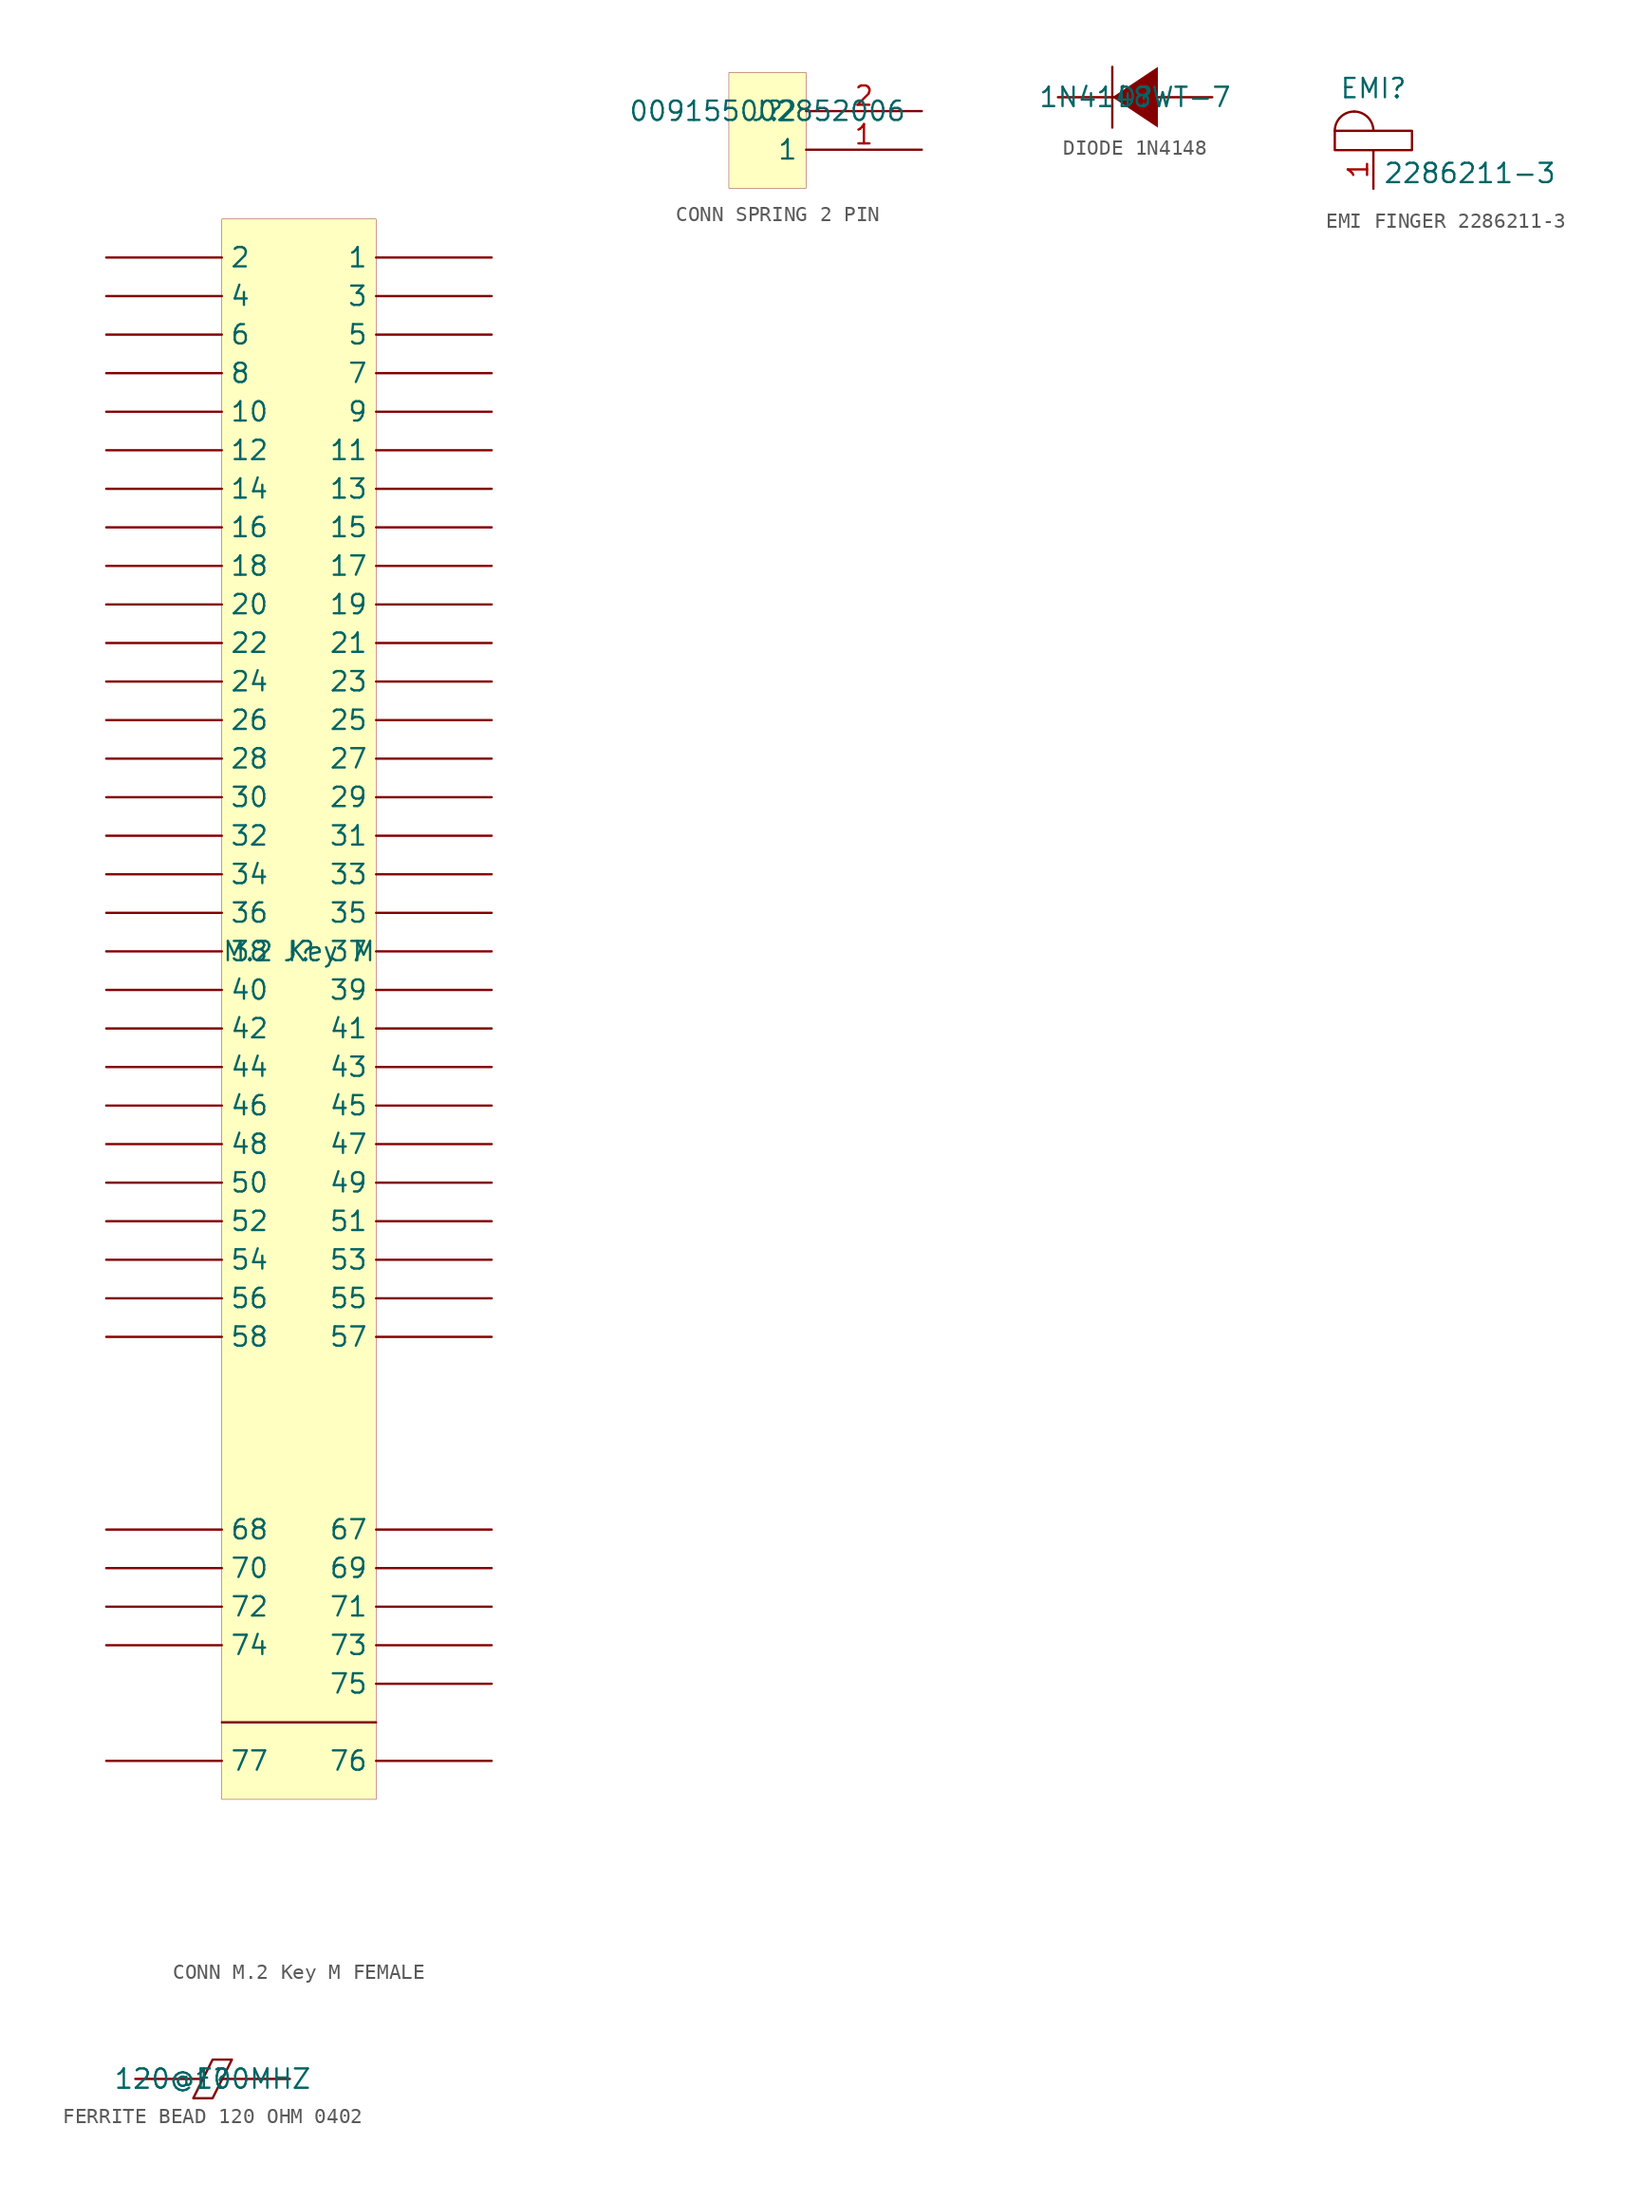
<source format=kicad_sym>
(kicad_symbol_lib
  (version 20241209)
  (generator "kicad_symbol_editor")
  (generator_version "9.0")
  (symbol "CONN M.2 Key M FEMALE"
    (pin_numbers
      (hide yes))
    (property "Reference" "J"
      (at 0 0 0)
      (effects (font (size 1.27 1.27))))
    (property "Value" "M.2 Key M"
      (at 0 0 0)
      (effects (font (size 1.27 1.27))))
    (symbol "CONN M.2 Key M FEMALE_1_0"
      (rectangle (start 5.08 48.26) (end -5.08 -55.88) (stroke (width 0.025) (type solid) (color 128 0 0 1)) (fill (type background)))
      (polyline (pts (xy 5.08 -50.8) (xy -5.08 -50.8)) (stroke (width 0) (type solid)) (fill (type none)))
      (pin passive line (at -12.7 45.72 0) (length 7.62) (name "2" (effects (font (size 1.27 1.27)))) (number "2" (effects (font (size 1.27 1.27)))))
      (pin passive line (at -12.7 43.18 0) (length 7.62) (name "4" (effects (font (size 1.27 1.27)))) (number "4" (effects (font (size 1.27 1.27)))))
      (pin passive line (at -12.7 40.64 0) (length 7.62) (name "6" (effects (font (size 1.27 1.27)))) (number "6" (effects (font (size 1.27 1.27)))))
      (pin passive line (at -12.7 38.1 0) (length 7.62) (name "8" (effects (font (size 1.27 1.27)))) (number "8" (effects (font (size 1.27 1.27)))))
      (pin passive line (at -12.7 35.56 0) (length 7.62) (name "10" (effects (font (size 1.27 1.27)))) (number "10" (effects (font (size 1.27 1.27)))))
      (pin passive line (at -12.7 33.02 0) (length 7.62) (name "12" (effects (font (size 1.27 1.27)))) (number "12" (effects (font (size 1.27 1.27)))))
      (pin passive line (at -12.7 30.48 0) (length 7.62) (name "14" (effects (font (size 1.27 1.27)))) (number "14" (effects (font (size 1.27 1.27)))))
      (pin passive line (at -12.7 27.94 0) (length 7.62) (name "16" (effects (font (size 1.27 1.27)))) (number "16" (effects (font (size 1.27 1.27)))))
      (pin passive line (at -12.7 25.4 0) (length 7.62) (name "18" (effects (font (size 1.27 1.27)))) (number "18" (effects (font (size 1.27 1.27)))))
      (pin passive line (at -12.7 22.86 0) (length 7.62) (name "20" (effects (font (size 1.27 1.27)))) (number "20" (effects (font (size 1.27 1.27)))))
      (pin passive line (at -12.7 20.32 0) (length 7.62) (name "22" (effects (font (size 1.27 1.27)))) (number "22" (effects (font (size 1.27 1.27)))))
      (pin passive line (at -12.7 17.78 0) (length 7.62) (name "24" (effects (font (size 1.27 1.27)))) (number "24" (effects (font (size 1.27 1.27)))))
      (pin passive line (at -12.7 15.24 0) (length 7.62) (name "26" (effects (font (size 1.27 1.27)))) (number "26" (effects (font (size 1.27 1.27)))))
      (pin passive line (at -12.7 12.7 0) (length 7.62) (name "28" (effects (font (size 1.27 1.27)))) (number "28" (effects (font (size 1.27 1.27)))))
      (pin passive line (at -12.7 10.16 0) (length 7.62) (name "30" (effects (font (size 1.27 1.27)))) (number "30" (effects (font (size 1.27 1.27)))))
      (pin passive line (at -12.7 7.62 0) (length 7.62) (name "32" (effects (font (size 1.27 1.27)))) (number "32" (effects (font (size 1.27 1.27)))))
      (pin passive line (at -12.7 5.08 0) (length 7.62) (name "34" (effects (font (size 1.27 1.27)))) (number "34" (effects (font (size 1.27 1.27)))))
      (pin passive line (at -12.7 2.54 0) (length 7.62) (name "36" (effects (font (size 1.27 1.27)))) (number "36" (effects (font (size 1.27 1.27)))))
      (pin passive line (at -12.7 0 0) (length 7.62) (name "38" (effects (font (size 1.27 1.27)))) (number "38" (effects (font (size 1.27 1.27)))))
      (pin passive line (at -12.7 -2.54 0) (length 7.62) (name "40" (effects (font (size 1.27 1.27)))) (number "40" (effects (font (size 1.27 1.27)))))
      (pin passive line (at -12.7 -5.08 0) (length 7.62) (name "42" (effects (font (size 1.27 1.27)))) (number "42" (effects (font (size 1.27 1.27)))))
      (pin passive line (at -12.7 -7.62 0) (length 7.62) (name "44" (effects (font (size 1.27 1.27)))) (number "44" (effects (font (size 1.27 1.27)))))
      (pin passive line (at -12.7 -10.16 0) (length 7.62) (name "46" (effects (font (size 1.27 1.27)))) (number "46" (effects (font (size 1.27 1.27)))))
      (pin passive line (at -12.7 -12.7 0) (length 7.62) (name "48" (effects (font (size 1.27 1.27)))) (number "48" (effects (font (size 1.27 1.27)))))
      (pin passive line (at -12.7 -15.24 0) (length 7.62) (name "50" (effects (font (size 1.27 1.27)))) (number "50" (effects (font (size 1.27 1.27)))))
      (pin passive line (at -12.7 -17.78 0) (length 7.62) (name "52" (effects (font (size 1.27 1.27)))) (number "52" (effects (font (size 1.27 1.27)))))
      (pin passive line (at -12.7 -20.32 0) (length 7.62) (name "54" (effects (font (size 1.27 1.27)))) (number "54" (effects (font (size 1.27 1.27)))))
      (pin passive line (at -12.7 -22.86 0) (length 7.62) (name "56" (effects (font (size 1.27 1.27)))) (number "56" (effects (font (size 1.27 1.27)))))
      (pin passive line (at -12.7 -25.4 0) (length 7.62) (name "58" (effects (font (size 1.27 1.27)))) (number "58" (effects (font (size 1.27 1.27)))))
      (pin passive line (at -12.7 -38.1 0) (length 7.62) (name "68" (effects (font (size 1.27 1.27)))) (number "68" (effects (font (size 1.27 1.27)))))
      (pin passive line (at -12.7 -40.64 0) (length 7.62) (name "70" (effects (font (size 1.27 1.27)))) (number "70" (effects (font (size 1.27 1.27)))))
      (pin passive line (at -12.7 -43.18 0) (length 7.62) (name "72" (effects (font (size 1.27 1.27)))) (number "72" (effects (font (size 1.27 1.27)))))
      (pin passive line (at -12.7 -45.72 0) (length 7.62) (name "74" (effects (font (size 1.27 1.27)))) (number "74" (effects (font (size 1.27 1.27)))))
      (pin passive line (at -12.7 -53.34 0) (length 7.62) (name "77" (effects (font (size 1.27 1.27)))) (number "77" (effects (font (size 1.27 1.27)))))
      (pin passive line (at 12.7 45.72 180) (length 7.62) (name "1" (effects (font (size 1.27 1.27)))) (number "1" (effects (font (size 1.27 1.27)))))
      (pin passive line (at 12.7 43.18 180) (length 7.62) (name "3" (effects (font (size 1.27 1.27)))) (number "3" (effects (font (size 1.27 1.27)))))
      (pin passive line (at 12.7 40.64 180) (length 7.62) (name "5" (effects (font (size 1.27 1.27)))) (number "5" (effects (font (size 1.27 1.27)))))
      (pin passive line (at 12.7 38.1 180) (length 7.62) (name "7" (effects (font (size 1.27 1.27)))) (number "7" (effects (font (size 1.27 1.27)))))
      (pin passive line (at 12.7 35.56 180) (length 7.62) (name "9" (effects (font (size 1.27 1.27)))) (number "9" (effects (font (size 1.27 1.27)))))
      (pin passive line (at 12.7 33.02 180) (length 7.62) (name "11" (effects (font (size 1.27 1.27)))) (number "11" (effects (font (size 1.27 1.27)))))
      (pin passive line (at 12.7 30.48 180) (length 7.62) (name "13" (effects (font (size 1.27 1.27)))) (number "13" (effects (font (size 1.27 1.27)))))
      (pin passive line (at 12.7 27.94 180) (length 7.62) (name "15" (effects (font (size 1.27 1.27)))) (number "15" (effects (font (size 1.27 1.27)))))
      (pin passive line (at 12.7 25.4 180) (length 7.62) (name "17" (effects (font (size 1.27 1.27)))) (number "17" (effects (font (size 1.27 1.27)))))
      (pin passive line (at 12.7 22.86 180) (length 7.62) (name "19" (effects (font (size 1.27 1.27)))) (number "19" (effects (font (size 1.27 1.27)))))
      (pin passive line (at 12.7 20.32 180) (length 7.62) (name "21" (effects (font (size 1.27 1.27)))) (number "21" (effects (font (size 1.27 1.27)))))
      (pin passive line (at 12.7 17.78 180) (length 7.62) (name "23" (effects (font (size 1.27 1.27)))) (number "23" (effects (font (size 1.27 1.27)))))
      (pin passive line (at 12.7 15.24 180) (length 7.62) (name "25" (effects (font (size 1.27 1.27)))) (number "25" (effects (font (size 1.27 1.27)))))
      (pin passive line (at 12.7 12.7 180) (length 7.62) (name "27" (effects (font (size 1.27 1.27)))) (number "27" (effects (font (size 1.27 1.27)))))
      (pin passive line (at 12.7 10.16 180) (length 7.62) (name "29" (effects (font (size 1.27 1.27)))) (number "29" (effects (font (size 1.27 1.27)))))
      (pin passive line (at 12.7 7.62 180) (length 7.62) (name "31" (effects (font (size 1.27 1.27)))) (number "31" (effects (font (size 1.27 1.27)))))
      (pin passive line (at 12.7 5.08 180) (length 7.62) (name "33" (effects (font (size 1.27 1.27)))) (number "33" (effects (font (size 1.27 1.27)))))
      (pin passive line (at 12.7 2.54 180) (length 7.62) (name "35" (effects (font (size 1.27 1.27)))) (number "35" (effects (font (size 1.27 1.27)))))
      (pin passive line (at 12.7 0 180) (length 7.62) (name "37" (effects (font (size 1.27 1.27)))) (number "37" (effects (font (size 1.27 1.27)))))
      (pin passive line (at 12.7 -2.54 180) (length 7.62) (name "39" (effects (font (size 1.27 1.27)))) (number "39" (effects (font (size 1.27 1.27)))))
      (pin passive line (at 12.7 -5.08 180) (length 7.62) (name "41" (effects (font (size 1.27 1.27)))) (number "41" (effects (font (size 1.27 1.27)))))
      (pin passive line (at 12.7 -7.62 180) (length 7.62) (name "43" (effects (font (size 1.27 1.27)))) (number "43" (effects (font (size 1.27 1.27)))))
      (pin passive line (at 12.7 -10.16 180) (length 7.62) (name "45" (effects (font (size 1.27 1.27)))) (number "45" (effects (font (size 1.27 1.27)))))
      (pin passive line (at 12.7 -12.7 180) (length 7.62) (name "47" (effects (font (size 1.27 1.27)))) (number "47" (effects (font (size 1.27 1.27)))))
      (pin passive line (at 12.7 -15.24 180) (length 7.62) (name "49" (effects (font (size 1.27 1.27)))) (number "49" (effects (font (size 1.27 1.27)))))
      (pin passive line (at 12.7 -17.78 180) (length 7.62) (name "51" (effects (font (size 1.27 1.27)))) (number "51" (effects (font (size 1.27 1.27)))))
      (pin passive line (at 12.7 -20.32 180) (length 7.62) (name "53" (effects (font (size 1.27 1.27)))) (number "53" (effects (font (size 1.27 1.27)))))
      (pin passive line (at 12.7 -22.86 180) (length 7.62) (name "55" (effects (font (size 1.27 1.27)))) (number "55" (effects (font (size 1.27 1.27)))))
      (pin passive line (at 12.7 -25.4 180) (length 7.62) (name "57" (effects (font (size 1.27 1.27)))) (number "57" (effects (font (size 1.27 1.27)))))
      (pin passive line (at 12.7 -38.1 180) (length 7.62) (name "67" (effects (font (size 1.27 1.27)))) (number "67" (effects (font (size 1.27 1.27)))))
      (pin passive line (at 12.7 -40.64 180) (length 7.62) (name "69" (effects (font (size 1.27 1.27)))) (number "69" (effects (font (size 1.27 1.27)))))
      (pin passive line (at 12.7 -43.18 180) (length 7.62) (name "71" (effects (font (size 1.27 1.27)))) (number "71" (effects (font (size 1.27 1.27)))))
      (pin passive line (at 12.7 -45.72 180) (length 7.62) (name "73" (effects (font (size 1.27 1.27)))) (number "73" (effects (font (size 1.27 1.27)))))
      (pin passive line (at 12.7 -48.26 180) (length 7.62) (name "75" (effects (font (size 1.27 1.27)))) (number "75" (effects (font (size 1.27 1.27)))))
      (pin passive line (at 12.7 -53.34 180) (length 7.62) (name "76" (effects (font (size 1.27 1.27)))) (number "76" (effects (font (size 1.27 1.27)))))))
  (symbol "CONN SPRING 2 PIN"
    (property "Reference" "J"
      (at 0 0 0)
      (effects (font (size 1.27 1.27))))
    (property "Value" "009155002852006"
      (at 0 0 0)
      (effects (font (size 1.27 1.27))))
    (symbol "CONN SPRING 2 PIN_1_0"
      (rectangle (start 2.54 2.54) (end -2.54 -5.08) (stroke (width 0.025) (type solid) (color 128 0 0 1)) (fill (type background)))
      (pin passive line (at 10.16 0 180) (length 7.62) (name "2" (effects (font (size 1.27 1.27)))) (number "2" (effects (font (size 1.27 1.27)))))
      (pin passive line (at 10.16 -2.54 180) (length 7.62) (name "1" (effects (font (size 1.27 1.27)))) (number "1" (effects (font (size 1.27 1.27)))))))
  (symbol "DIODE 1N4148"
    (pin_numbers
      (hide yes))
    (pin_names
      (hide yes))
    (property "Reference" "D"
      (at 0 0 0)
      (effects (font (size 1.27 1.27))))
    (property "Value" "1N4148WT-7"
      (at 0 0 0)
      (effects (font (size 1.27 1.27))))
    (symbol "DIODE 1N4148_1_0"
      (polyline (pts (xy -1.5 -2) (xy -1.5 2)) (stroke (width 0) (type solid)) (fill (type none)))
      (polyline (pts (xy 1.5 2) (xy -1.5 0) (xy 1.5 -2) (xy 1.5 2)) (stroke (width -0.0001) (type solid)) (fill (type outline)))
      (pin passive line (at -5.08 0 0) (length 3.81) (name "K" (effects (font (size 1.27 1.27)))) (number "1" (effects (font (size 1.27 1.27)))))
      (pin passive line (at 5.08 0 180) (length 3.81) (name "A" (effects (font (size 1.27 1.27)))) (number "2" (effects (font (size 1.27 1.27)))))))
  (symbol "EMI FINGER 2286211-3"
    (property "Reference" "EMI"
      (at 0 4.064 0)
      (effects (font (size 1.27 1.27))))
    (property "Value" "2286211-3"
      (at 6.35 -1.524 0)
      (effects (font (size 1.27 1.27))))
    (symbol "EMI FINGER 2286211-3_0_1"
      (rectangle (start -2.54 1.27) (end 2.54 0) (stroke (width 0) (type default)) (fill (type none)))
      (arc (start -1.27 2.54) (mid -0.372 2.168) (end 0 1.27) (stroke (width 0) (type default)) (fill (type none)))
      (arc (start -2.54 1.27) (mid -2.168 2.168) (end -1.27 2.54) (stroke (width 0) (type default)) (fill (type none))))
    (symbol "EMI FINGER 2286211-3_1_1"
      (pin passive line (at 0 -2.54 90) (length 2.54) (name "" (effects (font (size 1.27 1.27)))) (number "1" (effects (font (size 1.27 1.27)))))))
  (symbol "FERRITE BEAD 120 OHM 0402"
    (pin_numbers
      (hide yes))
    (pin_names
      (hide yes))
    (property "Reference" "F"
      (at 0 0 0)
      (effects (font (size 1.27 1.27))))
    (property "Value" "120@100MHZ"
      (at 0 0 0)
      (effects (font (size 1.27 1.27))))
    (symbol "FERRITE BEAD 120 OHM 0402_1_0"
      (polyline (pts (xy 0 1.27) (xy -1.27 -1.27) (xy 0 -1.27) (xy 1.27 1.27) (xy 0 1.27)) (stroke (width 0) (type solid)) (fill (type none)))
      (pin passive line (at -5.08 0 0) (length 4.445) (name "1" (effects (font (size 1.27 1.27)))) (number "1" (effects (font (size 1.27 1.27)))))
      (pin passive line (at 5.08 0 180) (length 4.445) (name "2" (effects (font (size 1.27 1.27)))) (number "2" (effects (font (size 1.27 1.27))))))))
</source>
